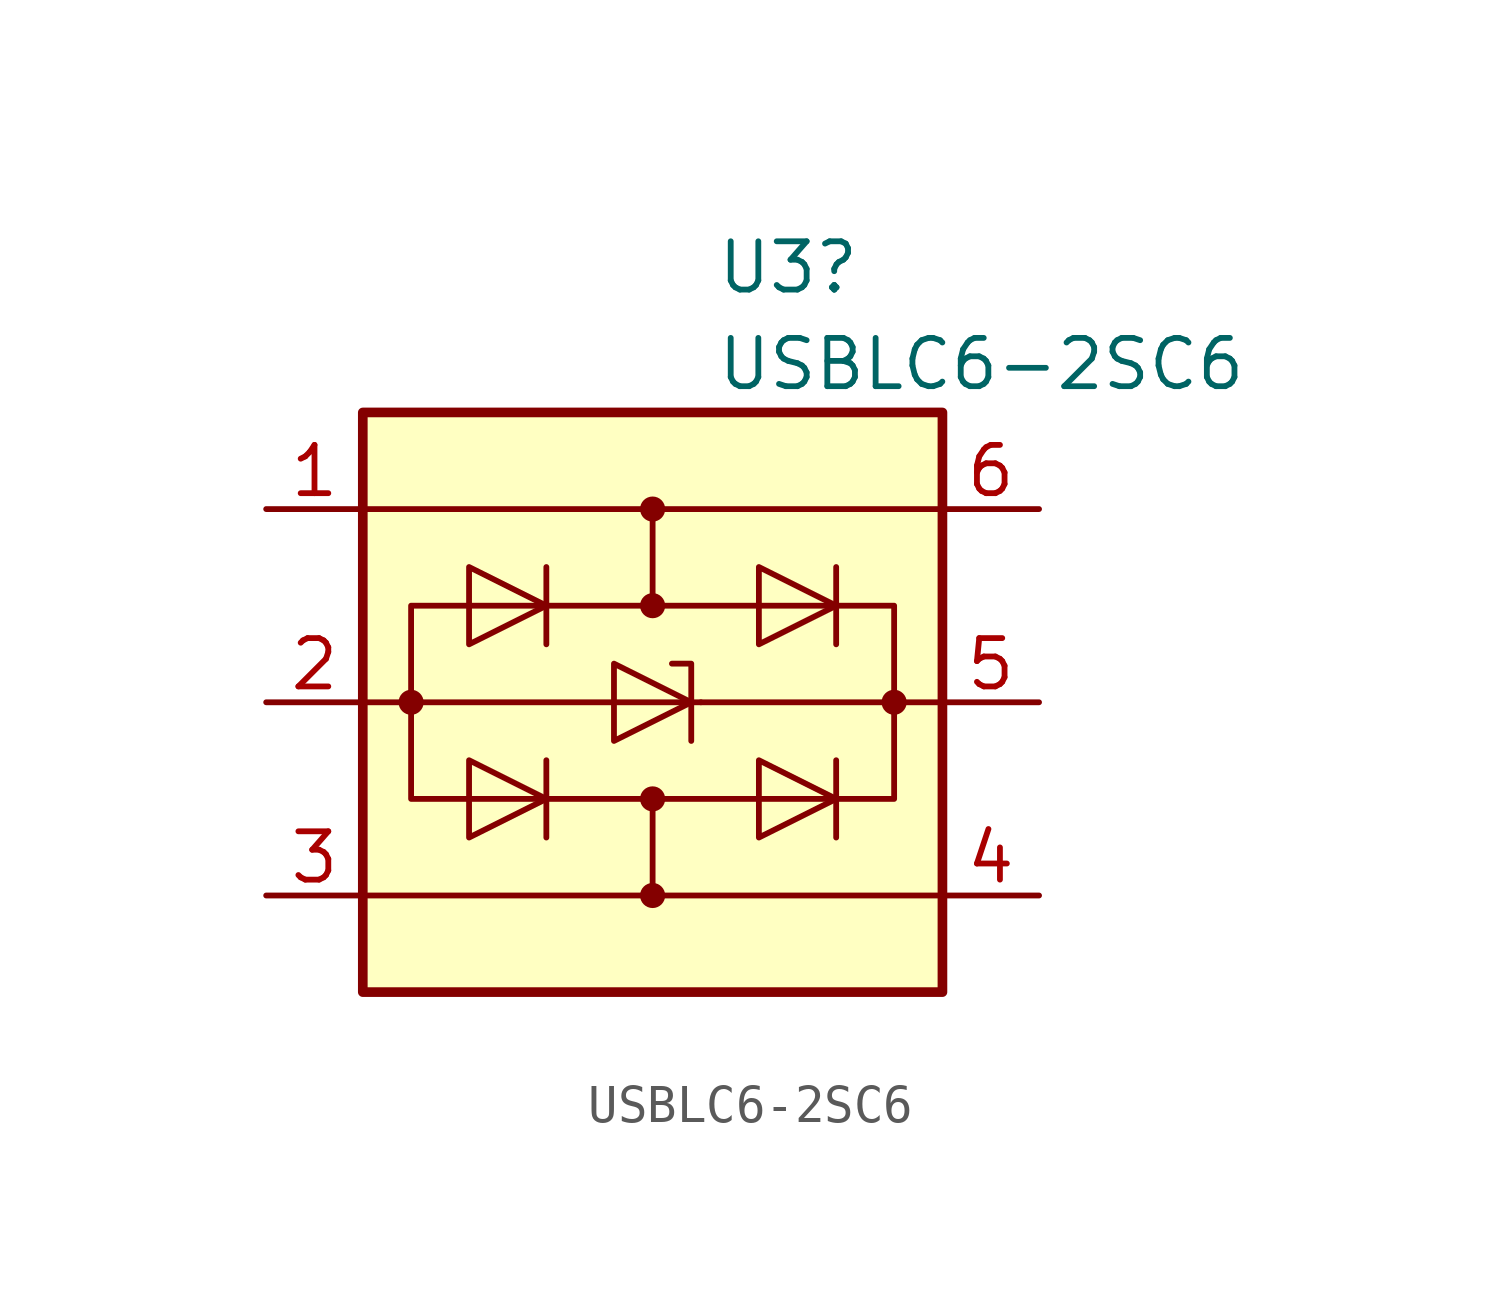
<source format=kicad_sym>
(kicad_symbol_lib
  (version 20220914)
  (generator kicad_symbol_editor)
  (symbol "USBLC6-2SC6"
    (pin_names hide)
    (property "Reference" "U3"
      (at 1.651 11.43 0)
      (effects (font (size 1.27 1.27)) (justify left)))
    (property "Value" "USBLC6-2SC6"
      (at 1.651 8.89 0)
      (effects (font (size 1.27 1.27)) (justify left)))
    (symbol "USBLC6-2SC6_0_1"
      (rectangle (start -7.62 7.62) (end 7.62 -7.62) (stroke (width 0.254) (type default)) (fill (type background)))
      (circle (center -6.35 0) (radius 0.254) (stroke (width 0) (type default)) (fill (type outline)))
      (circle (center 0 -5.08) (radius 0.254) (stroke (width 0) (type default)) (fill (type outline)))
      (circle (center 0 -2.54) (radius 0.254) (stroke (width 0) (type default)) (fill (type outline)))
      (polyline (pts (xy -7.62 0) (xy -6.35 0)) (stroke (width 0) (type default)) (fill (type none)))
      (polyline (pts (xy -6.35 0) (xy 1.27 0)) (stroke (width 0) (type default)) (fill (type none)))
      (polyline (pts (xy -2.794 -1.524) (xy -2.794 -3.556)) (stroke (width 0) (type default)) (fill (type none)))
      (polyline (pts (xy -2.794 1.524) (xy -2.794 3.556)) (stroke (width 0) (type default)) (fill (type none)))
      (polyline (pts (xy 0 -5.08) (xy -7.62 -5.08)) (stroke (width 0) (type default)) (fill (type none)))
      (polyline (pts (xy 0 5.08) (xy -7.62 5.08)) (stroke (width 0) (type default)) (fill (type none)))
      (polyline (pts (xy 1.27 0) (xy 6.35 0)) (stroke (width 0) (type default)) (fill (type none)))
      (polyline (pts (xy 4.826 -1.524) (xy 4.826 -3.556)) (stroke (width 0) (type default)) (fill (type none)))
      (polyline (pts (xy 4.826 1.524) (xy 4.826 3.556)) (stroke (width 0) (type default)) (fill (type none)))
      (polyline (pts (xy 6.35 0) (xy 7.62 0)) (stroke (width 0) (type default)) (fill (type none)))
      (polyline (pts (xy 0 -2.54) (xy 0 -5.08) (xy 7.62 -5.08)) (stroke (width 0) (type default)) (fill (type none)))
      (polyline (pts (xy 0 2.54) (xy 0 5.08) (xy 7.62 5.08)) (stroke (width 0) (type default)) (fill (type none)))
      (polyline (pts (xy -4.826 -3.556) (xy -4.826 -1.524) (xy -2.794 -2.54) (xy -4.826 -3.556)) (stroke (width 0) (type default)) (fill (type none)))
      (polyline (pts (xy -4.826 3.556) (xy -4.826 1.524) (xy -2.794 2.54) (xy -4.826 3.556)) (stroke (width 0) (type default)) (fill (type none)))
      (polyline (pts (xy -1.016 1.016) (xy -1.016 -1.016) (xy 1.016 0) (xy -1.016 1.016)) (stroke (width 0) (type default)) (fill (type none)))
      (polyline (pts (xy 1.016 -1.016) (xy 1.016 -0.762) (xy 1.016 1.016) (xy 0.508 1.016)) (stroke (width 0) (type default)) (fill (type none)))
      (polyline (pts (xy 2.794 -3.556) (xy 2.794 -1.524) (xy 4.826 -2.54) (xy 2.794 -3.556)) (stroke (width 0) (type default)) (fill (type none)))
      (polyline (pts (xy 2.794 3.556) (xy 2.794 1.524) (xy 4.826 2.54) (xy 2.794 3.556)) (stroke (width 0) (type default)) (fill (type none)))
      (circle (center 0 2.54) (radius 0.254) (stroke (width 0) (type default)) (fill (type outline)))
      (circle (center 0 5.08) (radius 0.254) (stroke (width 0) (type default)) (fill (type outline)))
      (circle (center 6.35 0) (radius 0.254) (stroke (width 0) (type default)) (fill (type outline)))
      (rectangle (start 6.35 2.54) (end -6.35 -2.54) (stroke (width 0) (type default)) (fill (type none))))
    (symbol "USBLC6-2SC6_1_1"
      (pin passive line (at -10.16 5.08 0) (length 2.54) (name "I/O1" (effects (font (size 1.27 1.27)))) (number "1" (effects (font (size 1.27 1.27)))))
      (pin passive line (at -10.16 0 0) (length 2.54) (name "GND" (effects (font (size 1.27 1.27)))) (number "2" (effects (font (size 1.27 1.27)))))
      (pin passive line (at -10.16 -5.08 0) (length 2.54) (name "I/O2" (effects (font (size 1.27 1.27)))) (number "3" (effects (font (size 1.27 1.27)))))
      (pin passive line (at 10.16 -5.08 180) (length 2.54) (name "I/O2" (effects (font (size 1.27 1.27)))) (number "4" (effects (font (size 1.27 1.27)))))
      (pin passive line (at 10.16 0 180) (length 2.54) (name "VBUS" (effects (font (size 1.27 1.27)))) (number "5" (effects (font (size 1.27 1.27)))))
      (pin passive line (at 10.16 5.08 180) (length 2.54) (name "I/O1" (effects (font (size 1.27 1.27)))) (number "6" (effects (font (size 1.27 1.27))))))))
</source>
